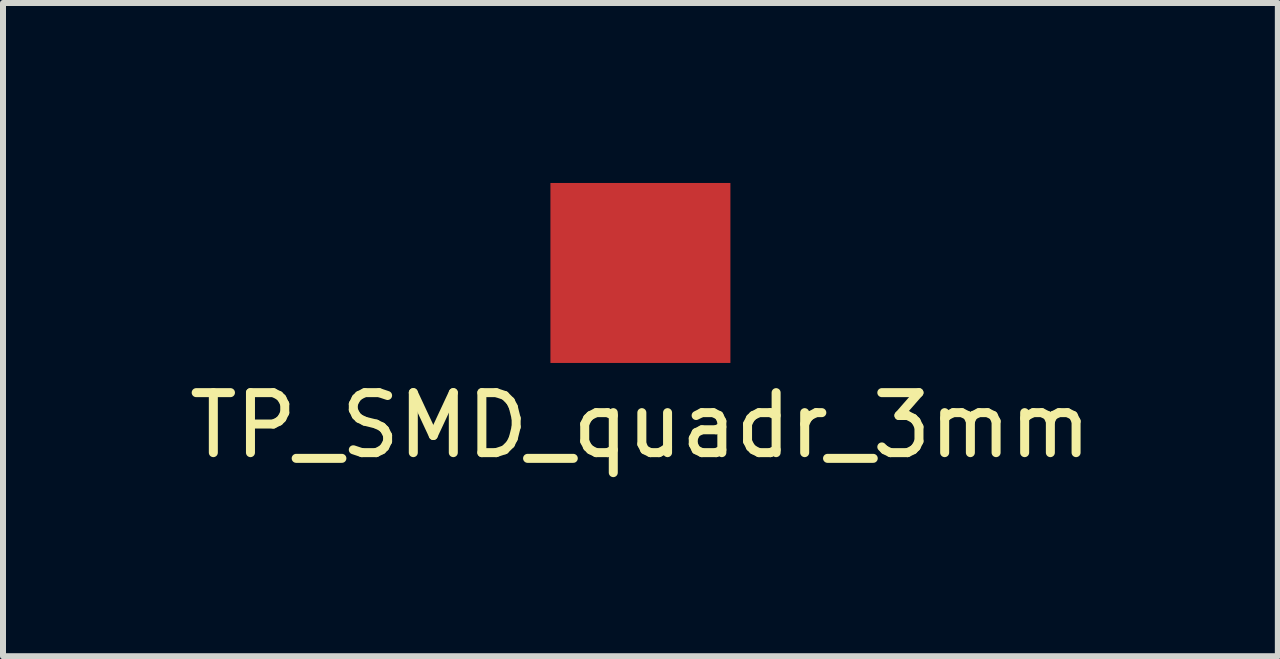
<source format=kicad_pcb>
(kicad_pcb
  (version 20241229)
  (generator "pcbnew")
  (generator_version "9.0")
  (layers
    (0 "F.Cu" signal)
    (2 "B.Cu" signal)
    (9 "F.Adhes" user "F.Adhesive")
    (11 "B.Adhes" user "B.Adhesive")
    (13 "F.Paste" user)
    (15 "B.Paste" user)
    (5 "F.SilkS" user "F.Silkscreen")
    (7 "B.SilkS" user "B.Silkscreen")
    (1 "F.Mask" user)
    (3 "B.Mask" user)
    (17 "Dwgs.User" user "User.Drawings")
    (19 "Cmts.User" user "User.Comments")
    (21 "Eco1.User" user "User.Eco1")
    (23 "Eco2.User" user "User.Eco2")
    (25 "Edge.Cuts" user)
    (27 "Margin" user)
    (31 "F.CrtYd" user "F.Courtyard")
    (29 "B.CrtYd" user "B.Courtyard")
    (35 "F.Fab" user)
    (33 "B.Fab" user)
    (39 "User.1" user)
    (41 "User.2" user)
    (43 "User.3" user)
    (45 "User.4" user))
  (footprint "TP_SMD_quadr_3mm"
    (layer "F.Cu")
    (at 7.625 1.5)
    (property "Reference" "TP_SMD_quadr_3mm" (at 0 2.54 0) (layer "F.SilkS") (effects (font (size 1 1) (thickness 0.15))))
    (attr through_hole)
    (pad "1" smd rect (at 0 0) (size 3 3) (layers "F.Cu" "F.Mask" "F.Paste")))
  (gr_rect
    (start -3 -3)
    (end 18.25 7.888)
    (stroke (width 0.1) (type default))
    (fill no)
    (layer "Edge.Cuts")))
</source>
